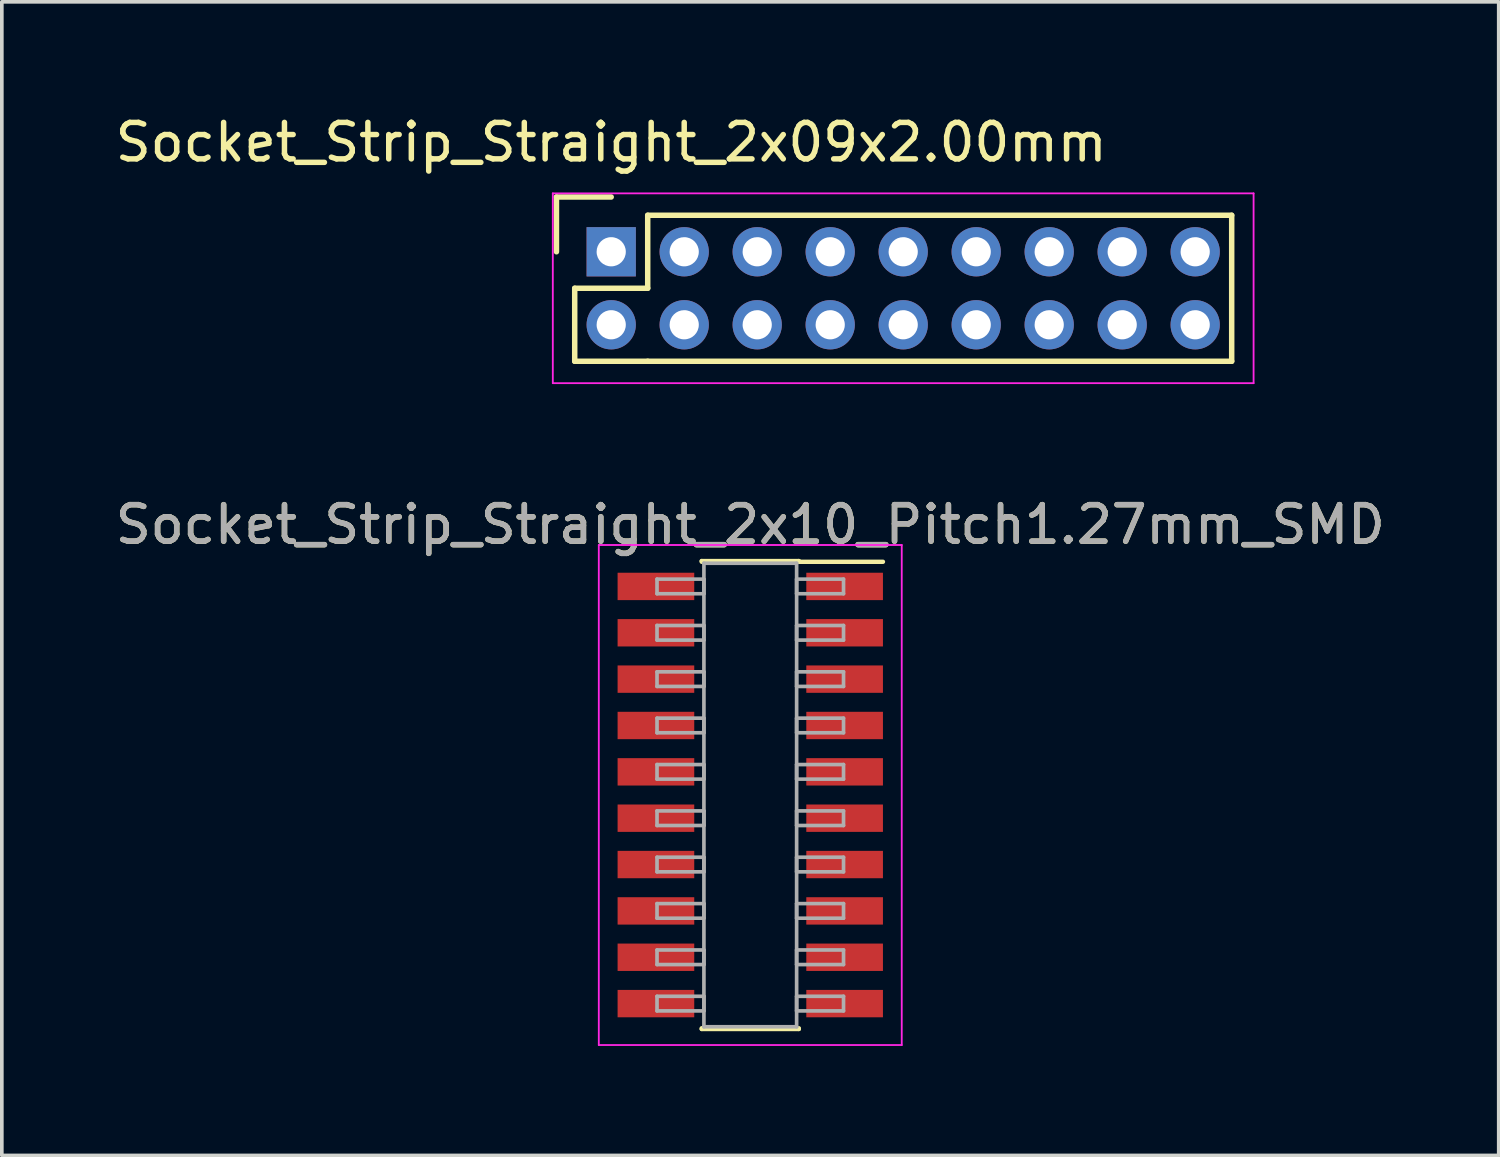
<source format=kicad_pcb>
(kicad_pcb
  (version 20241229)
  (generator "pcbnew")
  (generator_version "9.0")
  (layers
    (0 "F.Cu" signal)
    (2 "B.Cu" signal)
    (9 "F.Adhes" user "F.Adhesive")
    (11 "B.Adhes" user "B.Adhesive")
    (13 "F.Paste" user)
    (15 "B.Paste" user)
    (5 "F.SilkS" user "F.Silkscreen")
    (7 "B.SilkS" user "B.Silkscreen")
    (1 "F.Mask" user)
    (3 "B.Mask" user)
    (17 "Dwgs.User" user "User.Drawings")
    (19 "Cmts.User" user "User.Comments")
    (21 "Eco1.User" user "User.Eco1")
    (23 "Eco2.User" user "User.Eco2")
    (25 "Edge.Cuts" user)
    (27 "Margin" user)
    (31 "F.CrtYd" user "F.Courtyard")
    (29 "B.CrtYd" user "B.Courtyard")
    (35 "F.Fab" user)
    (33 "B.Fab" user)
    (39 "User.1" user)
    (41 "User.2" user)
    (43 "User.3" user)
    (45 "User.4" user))
  (footprint "Socket_Strip_Straight_2x10_Pitch1.27mm_SMD"
    (layer "F.Cu")
    (at 17.506 18.732)
    (property "Reference" "Socket_Strip_Straight_2x10_Pitch1.27mm_SMD" (at 0 -7.41 0) (layer "F.SilkS") (effects (font (size 1 1) (thickness 0.15))))
    (attr smd)
    (fp_line (start -1.33 -6.41) (end 1.33 -6.41) (stroke (width 0.12) (type solid)) (layer "F.SilkS"))
    (fp_line (start -1.33 -6.39) (end -1.33 -6.41) (stroke (width 0.12) (type solid)) (layer "F.SilkS"))
    (fp_line (start -1.33 6.39) (end -1.33 6.41) (stroke (width 0.12) (type solid)) (layer "F.SilkS"))
    (fp_line (start -1.33 6.41) (end 1.33 6.41) (stroke (width 0.12) (type solid)) (layer "F.SilkS"))
    (fp_line (start 1.33 -6.41) (end 1.33 -6.39) (stroke (width 0.12) (type solid)) (layer "F.SilkS"))
    (fp_line (start 1.33 6.41) (end 1.33 6.39) (stroke (width 0.12) (type solid)) (layer "F.SilkS"))
    (fp_line (start 3.635 -6.39) (end 1.33 -6.39) (stroke (width 0.12) (type solid)) (layer "F.SilkS"))
    (fp_line (start -4.15 -6.85) (end -4.15 6.85) (stroke (width 0.05) (type solid)) (layer "F.CrtYd"))
    (fp_line (start -4.15 6.85) (end 4.15 6.85) (stroke (width 0.05) (type solid)) (layer "F.CrtYd"))
    (fp_line (start 4.15 -6.85) (end -4.15 -6.85) (stroke (width 0.05) (type solid)) (layer "F.CrtYd"))
    (fp_line (start 4.15 6.85) (end 4.15 -6.85) (stroke (width 0.05) (type solid)) (layer "F.CrtYd"))
    (fp_line (start -2.555 -5.915) (end -1.27 -5.915) (stroke (width 0.1) (type solid)) (layer "F.Fab"))
    (fp_line (start -2.555 -5.515) (end -2.555 -5.915) (stroke (width 0.1) (type solid)) (layer "F.Fab"))
    (fp_line (start -2.555 -4.645) (end -1.27 -4.645) (stroke (width 0.1) (type solid)) (layer "F.Fab"))
    (fp_line (start -2.555 -4.245) (end -2.555 -4.645) (stroke (width 0.1) (type solid)) (layer "F.Fab"))
    (fp_line (start -2.555 -3.375) (end -1.27 -3.375) (stroke (width 0.1) (type solid)) (layer "F.Fab"))
    (fp_line (start -2.555 -2.975) (end -2.555 -3.375) (stroke (width 0.1) (type solid)) (layer "F.Fab"))
    (fp_line (start -2.555 -2.105) (end -1.27 -2.105) (stroke (width 0.1) (type solid)) (layer "F.Fab"))
    (fp_line (start -2.555 -1.705) (end -2.555 -2.105) (stroke (width 0.1) (type solid)) (layer "F.Fab"))
    (fp_line (start -2.555 -0.835) (end -1.27 -0.835) (stroke (width 0.1) (type solid)) (layer "F.Fab"))
    (fp_line (start -2.555 -0.435) (end -2.555 -0.835) (stroke (width 0.1) (type solid)) (layer "F.Fab"))
    (fp_line (start -2.555 0.435) (end -1.27 0.435) (stroke (width 0.1) (type solid)) (layer "F.Fab"))
    (fp_line (start -2.555 0.835) (end -2.555 0.435) (stroke (width 0.1) (type solid)) (layer "F.Fab"))
    (fp_line (start -2.555 1.705) (end -1.27 1.705) (stroke (width 0.1) (type solid)) (layer "F.Fab"))
    (fp_line (start -2.555 2.105) (end -2.555 1.705) (stroke (width 0.1) (type solid)) (layer "F.Fab"))
    (fp_line (start -2.555 2.975) (end -1.27 2.975) (stroke (width 0.1) (type solid)) (layer "F.Fab"))
    (fp_line (start -2.555 3.375) (end -2.555 2.975) (stroke (width 0.1) (type solid)) (layer "F.Fab"))
    (fp_line (start -2.555 4.245) (end -1.27 4.245) (stroke (width 0.1) (type solid)) (layer "F.Fab"))
    (fp_line (start -2.555 4.645) (end -2.555 4.245) (stroke (width 0.1) (type solid)) (layer "F.Fab"))
    (fp_line (start -2.555 5.515) (end -1.27 5.515) (stroke (width 0.1) (type solid)) (layer "F.Fab"))
    (fp_line (start -2.555 5.915) (end -2.555 5.515) (stroke (width 0.1) (type solid)) (layer "F.Fab"))
    (fp_line (start -1.27 -6.35) (end -1.27 6.35) (stroke (width 0.1) (type solid)) (layer "F.Fab"))
    (fp_line (start -1.27 -5.915) (end -1.27 -5.515) (stroke (width 0.1) (type solid)) (layer "F.Fab"))
    (fp_line (start -1.27 -5.515) (end -2.555 -5.515) (stroke (width 0.1) (type solid)) (layer "F.Fab"))
    (fp_line (start -1.27 -4.645) (end -1.27 -4.245) (stroke (width 0.1) (type solid)) (layer "F.Fab"))
    (fp_line (start -1.27 -4.245) (end -2.555 -4.245) (stroke (width 0.1) (type solid)) (layer "F.Fab"))
    (fp_line (start -1.27 -3.375) (end -1.27 -2.975) (stroke (width 0.1) (type solid)) (layer "F.Fab"))
    (fp_line (start -1.27 -2.975) (end -2.555 -2.975) (stroke (width 0.1) (type solid)) (layer "F.Fab"))
    (fp_line (start -1.27 -2.105) (end -1.27 -1.705) (stroke (width 0.1) (type solid)) (layer "F.Fab"))
    (fp_line (start -1.27 -1.705) (end -2.555 -1.705) (stroke (width 0.1) (type solid)) (layer "F.Fab"))
    (fp_line (start -1.27 -0.835) (end -1.27 -0.435) (stroke (width 0.1) (type solid)) (layer "F.Fab"))
    (fp_line (start -1.27 -0.435) (end -2.555 -0.435) (stroke (width 0.1) (type solid)) (layer "F.Fab"))
    (fp_line (start -1.27 0.435) (end -1.27 0.835) (stroke (width 0.1) (type solid)) (layer "F.Fab"))
    (fp_line (start -1.27 0.835) (end -2.555 0.835) (stroke (width 0.1) (type solid)) (layer "F.Fab"))
    (fp_line (start -1.27 1.705) (end -1.27 2.105) (stroke (width 0.1) (type solid)) (layer "F.Fab"))
    (fp_line (start -1.27 2.105) (end -2.555 2.105) (stroke (width 0.1) (type solid)) (layer "F.Fab"))
    (fp_line (start -1.27 2.975) (end -1.27 3.375) (stroke (width 0.1) (type solid)) (layer "F.Fab"))
    (fp_line (start -1.27 3.375) (end -2.555 3.375) (stroke (width 0.1) (type solid)) (layer "F.Fab"))
    (fp_line (start -1.27 4.245) (end -1.27 4.645) (stroke (width 0.1) (type solid)) (layer "F.Fab"))
    (fp_line (start -1.27 4.645) (end -2.555 4.645) (stroke (width 0.1) (type solid)) (layer "F.Fab"))
    (fp_line (start -1.27 5.515) (end -1.27 5.915) (stroke (width 0.1) (type solid)) (layer "F.Fab"))
    (fp_line (start -1.27 5.915) (end -2.555 5.915) (stroke (width 0.1) (type solid)) (layer "F.Fab"))
    (fp_line (start -1.27 6.35) (end 1.27 6.35) (stroke (width 0.1) (type solid)) (layer "F.Fab"))
    (fp_line (start 1.27 -6.35) (end -1.27 -6.35) (stroke (width 0.1) (type solid)) (layer "F.Fab"))
    (fp_line (start 1.27 -5.915) (end 1.27 -5.515) (stroke (width 0.1) (type solid)) (layer "F.Fab"))
    (fp_line (start 1.27 -5.515) (end 2.555 -5.515) (stroke (width 0.1) (type solid)) (layer "F.Fab"))
    (fp_line (start 1.27 -4.645) (end 1.27 -4.245) (stroke (width 0.1) (type solid)) (layer "F.Fab"))
    (fp_line (start 1.27 -4.245) (end 2.555 -4.245) (stroke (width 0.1) (type solid)) (layer "F.Fab"))
    (fp_line (start 1.27 -3.375) (end 1.27 -2.975) (stroke (width 0.1) (type solid)) (layer "F.Fab"))
    (fp_line (start 1.27 -2.975) (end 2.555 -2.975) (stroke (width 0.1) (type solid)) (layer "F.Fab"))
    (fp_line (start 1.27 -2.105) (end 1.27 -1.705) (stroke (width 0.1) (type solid)) (layer "F.Fab"))
    (fp_line (start 1.27 -1.705) (end 2.555 -1.705) (stroke (width 0.1) (type solid)) (layer "F.Fab"))
    (fp_line (start 1.27 -0.835) (end 1.27 -0.435) (stroke (width 0.1) (type solid)) (layer "F.Fab"))
    (fp_line (start 1.27 -0.435) (end 2.555 -0.435) (stroke (width 0.1) (type solid)) (layer "F.Fab"))
    (fp_line (start 1.27 0.435) (end 1.27 0.835) (stroke (width 0.1) (type solid)) (layer "F.Fab"))
    (fp_line (start 1.27 0.835) (end 2.555 0.835) (stroke (width 0.1) (type solid)) (layer "F.Fab"))
    (fp_line (start 1.27 1.705) (end 1.27 2.105) (stroke (width 0.1) (type solid)) (layer "F.Fab"))
    (fp_line (start 1.27 2.105) (end 2.555 2.105) (stroke (width 0.1) (type solid)) (layer "F.Fab"))
    (fp_line (start 1.27 2.975) (end 1.27 3.375) (stroke (width 0.1) (type solid)) (layer "F.Fab"))
    (fp_line (start 1.27 3.375) (end 2.555 3.375) (stroke (width 0.1) (type solid)) (layer "F.Fab"))
    (fp_line (start 1.27 4.245) (end 1.27 4.645) (stroke (width 0.1) (type solid)) (layer "F.Fab"))
    (fp_line (start 1.27 4.645) (end 2.555 4.645) (stroke (width 0.1) (type solid)) (layer "F.Fab"))
    (fp_line (start 1.27 5.515) (end 1.27 5.915) (stroke (width 0.1) (type solid)) (layer "F.Fab"))
    (fp_line (start 1.27 5.915) (end 2.555 5.915) (stroke (width 0.1) (type solid)) (layer "F.Fab"))
    (fp_line (start 1.27 6.35) (end 1.27 -6.35) (stroke (width 0.1) (type solid)) (layer "F.Fab"))
    (fp_line (start 2.555 -5.915) (end 1.27 -5.915) (stroke (width 0.1) (type solid)) (layer "F.Fab"))
    (fp_line (start 2.555 -5.515) (end 2.555 -5.915) (stroke (width 0.1) (type solid)) (layer "F.Fab"))
    (fp_line (start 2.555 -4.645) (end 1.27 -4.645) (stroke (width 0.1) (type solid)) (layer "F.Fab"))
    (fp_line (start 2.555 -4.245) (end 2.555 -4.645) (stroke (width 0.1) (type solid)) (layer "F.Fab"))
    (fp_line (start 2.555 -3.375) (end 1.27 -3.375) (stroke (width 0.1) (type solid)) (layer "F.Fab"))
    (fp_line (start 2.555 -2.975) (end 2.555 -3.375) (stroke (width 0.1) (type solid)) (layer "F.Fab"))
    (fp_line (start 2.555 -2.105) (end 1.27 -2.105) (stroke (width 0.1) (type solid)) (layer "F.Fab"))
    (fp_line (start 2.555 -1.705) (end 2.555 -2.105) (stroke (width 0.1) (type solid)) (layer "F.Fab"))
    (fp_line (start 2.555 -0.835) (end 1.27 -0.835) (stroke (width 0.1) (type solid)) (layer "F.Fab"))
    (fp_line (start 2.555 -0.435) (end 2.555 -0.835) (stroke (width 0.1) (type solid)) (layer "F.Fab"))
    (fp_line (start 2.555 0.435) (end 1.27 0.435) (stroke (width 0.1) (type solid)) (layer "F.Fab"))
    (fp_line (start 2.555 0.835) (end 2.555 0.435) (stroke (width 0.1) (type solid)) (layer "F.Fab"))
    (fp_line (start 2.555 1.705) (end 1.27 1.705) (stroke (width 0.1) (type solid)) (layer "F.Fab"))
    (fp_line (start 2.555 2.105) (end 2.555 1.705) (stroke (width 0.1) (type solid)) (layer "F.Fab"))
    (fp_line (start 2.555 2.975) (end 1.27 2.975) (stroke (width 0.1) (type solid)) (layer "F.Fab"))
    (fp_line (start 2.555 3.375) (end 2.555 2.975) (stroke (width 0.1) (type solid)) (layer "F.Fab"))
    (fp_line (start 2.555 4.245) (end 1.27 4.245) (stroke (width 0.1) (type solid)) (layer "F.Fab"))
    (fp_line (start 2.555 4.645) (end 2.555 4.245) (stroke (width 0.1) (type solid)) (layer "F.Fab"))
    (fp_line (start 2.555 5.515) (end 1.27 5.515) (stroke (width 0.1) (type solid)) (layer "F.Fab"))
    (fp_line (start 2.555 5.915) (end 2.555 5.515) (stroke (width 0.1) (type solid)) (layer "F.Fab"))
    (fp_text user "${REFERENCE}" (at 0 -7.41 0) (layer "F.Fab") (effects (font (size 1 1) (thickness 0.15))))
    (pad "1" smd rect (at 2.585 -5.715) (size 2.1 0.75) (layers "F.Cu" "F.Mask" "F.Paste"))
    (pad "2" smd rect (at -2.585 -5.715) (size 2.1 0.75) (layers "F.Cu" "F.Mask" "F.Paste"))
    (pad "3" smd rect (at 2.585 -4.445) (size 2.1 0.75) (layers "F.Cu" "F.Mask" "F.Paste"))
    (pad "4" smd rect (at -2.585 -4.445) (size 2.1 0.75) (layers "F.Cu" "F.Mask" "F.Paste"))
    (pad "5" smd rect (at 2.585 -3.175) (size 2.1 0.75) (layers "F.Cu" "F.Mask" "F.Paste"))
    (pad "6" smd rect (at -2.585 -3.175) (size 2.1 0.75) (layers "F.Cu" "F.Mask" "F.Paste"))
    (pad "7" smd rect (at 2.585 -1.905) (size 2.1 0.75) (layers "F.Cu" "F.Mask" "F.Paste"))
    (pad "8" smd rect (at -2.585 -1.905) (size 2.1 0.75) (layers "F.Cu" "F.Mask" "F.Paste"))
    (pad "9" smd rect (at 2.585 -0.635) (size 2.1 0.75) (layers "F.Cu" "F.Mask" "F.Paste"))
    (pad "10" smd rect (at -2.585 -0.635) (size 2.1 0.75) (layers "F.Cu" "F.Mask" "F.Paste"))
    (pad "11" smd rect (at 2.585 0.635) (size 2.1 0.75) (layers "F.Cu" "F.Mask" "F.Paste"))
    (pad "12" smd rect (at -2.585 0.635) (size 2.1 0.75) (layers "F.Cu" "F.Mask" "F.Paste"))
    (pad "13" smd rect (at 2.585 1.905) (size 2.1 0.75) (layers "F.Cu" "F.Mask" "F.Paste"))
    (pad "14" smd rect (at -2.585 1.905) (size 2.1 0.75) (layers "F.Cu" "F.Mask" "F.Paste"))
    (pad "15" smd rect (at 2.585 3.175) (size 2.1 0.75) (layers "F.Cu" "F.Mask" "F.Paste"))
    (pad "16" smd rect (at -2.585 3.175) (size 2.1 0.75) (layers "F.Cu" "F.Mask" "F.Paste"))
    (pad "17" smd rect (at 2.585 4.445) (size 2.1 0.75) (layers "F.Cu" "F.Mask" "F.Paste"))
    (pad "18" smd rect (at -2.585 4.445) (size 2.1 0.75) (layers "F.Cu" "F.Mask" "F.Paste"))
    (pad "19" smd rect (at 2.585 5.715) (size 2.1 0.75) (layers "F.Cu" "F.Mask" "F.Paste"))
    (pad "20" smd rect (at -2.585 5.715) (size 2.1 0.75) (layers "F.Cu" "F.Mask" "F.Paste")))
  (footprint "Socket_Strip_Straight_2x09x2.00mm"
    (layer "F.Cu")
    (at 13.696 3.848)
    (property "Reference" "Socket_Strip_Straight_2x09x2.00mm" (at 0 -3 0) (layer "F.SilkS") (effects (font (size 1 1) (thickness 0.15))))
    (attr through_hole)
    (fp_line (start -1.5 -1.5) (end -1.5 0) (stroke (width 0.15) (type solid)) (layer "F.SilkS"))
    (fp_line (start -1 1) (end -1 3) (stroke (width 0.15) (type solid)) (layer "F.SilkS"))
    (fp_line (start -1 3) (end 1 3) (stroke (width 0.15) (type solid)) (layer "F.SilkS"))
    (fp_line (start 0 -1.5) (end -1.5 -1.5) (stroke (width 0.15) (type solid)) (layer "F.SilkS"))
    (fp_line (start 1 -1) (end 1 1) (stroke (width 0.15) (type solid)) (layer "F.SilkS"))
    (fp_line (start 1 1) (end -1 1) (stroke (width 0.15) (type solid)) (layer "F.SilkS"))
    (fp_line (start 1 3) (end 17 3) (stroke (width 0.15) (type solid)) (layer "F.SilkS"))
    (fp_line (start 17 -1) (end 1 -1) (stroke (width 0.15) (type solid)) (layer "F.SilkS"))
    (fp_line (start 17 3) (end 17 -1) (stroke (width 0.15) (type solid)) (layer "F.SilkS"))
    (fp_line (start -1.6 -1.6) (end -1.6 3.6) (stroke (width 0.05) (type solid)) (layer "F.CrtYd"))
    (fp_line (start -1.6 3.6) (end 17.6 3.6) (stroke (width 0.05) (type solid)) (layer "F.CrtYd"))
    (fp_line (start 17.6 -1.6) (end -1.6 -1.6) (stroke (width 0.05) (type solid)) (layer "F.CrtYd"))
    (fp_line (start 17.6 3.6) (end 17.6 -1.6) (stroke (width 0.05) (type solid)) (layer "F.CrtYd"))
    (pad "1" thru_hole rect (at 0 0) (size 1.35 1.35) (drill 0.8) (layers "*.Cu" "*.Mask"))
    (pad "2" thru_hole circle (at 0 2) (size 1.35 1.35) (drill 0.8) (layers "*.Cu" "*.Mask"))
    (pad "3" thru_hole circle (at 2 0) (size 1.35 1.35) (drill 0.8) (layers "*.Cu" "*.Mask"))
    (pad "4" thru_hole circle (at 2 2) (size 1.35 1.35) (drill 0.8) (layers "*.Cu" "*.Mask"))
    (pad "5" thru_hole circle (at 4 0) (size 1.35 1.35) (drill 0.8) (layers "*.Cu" "*.Mask"))
    (pad "6" thru_hole circle (at 4 2) (size 1.35 1.35) (drill 0.8) (layers "*.Cu" "*.Mask"))
    (pad "7" thru_hole circle (at 6 0) (size 1.35 1.35) (drill 0.8) (layers "*.Cu" "*.Mask"))
    (pad "8" thru_hole circle (at 6 2) (size 1.35 1.35) (drill 0.8) (layers "*.Cu" "*.Mask"))
    (pad "9" thru_hole circle (at 8 0) (size 1.35 1.35) (drill 0.8) (layers "*.Cu" "*.Mask"))
    (pad "10" thru_hole circle (at 8 2) (size 1.35 1.35) (drill 0.8) (layers "*.Cu" "*.Mask"))
    (pad "11" thru_hole circle (at 10 0) (size 1.35 1.35) (drill 0.8) (layers "*.Cu" "*.Mask"))
    (pad "12" thru_hole circle (at 10 2) (size 1.35 1.35) (drill 0.8) (layers "*.Cu" "*.Mask"))
    (pad "13" thru_hole circle (at 12 0) (size 1.35 1.35) (drill 0.8) (layers "*.Cu" "*.Mask"))
    (pad "14" thru_hole circle (at 12 2) (size 1.35 1.35) (drill 0.8) (layers "*.Cu" "*.Mask"))
    (pad "15" thru_hole circle (at 14 0) (size 1.35 1.35) (drill 0.8) (layers "*.Cu" "*.Mask"))
    (pad "16" thru_hole circle (at 14 2) (size 1.35 1.35) (drill 0.8) (layers "*.Cu" "*.Mask"))
    (pad "17" thru_hole circle (at 16 0) (size 1.35 1.35) (drill 0.8) (layers "*.Cu" "*.Mask"))
    (pad "18" thru_hole circle (at 16 2) (size 1.35 1.35) (drill 0.8) (layers "*.Cu" "*.Mask")))
  (gr_rect
    (start -3 -3)
    (end 38.012 28.607)
    (stroke (width 0.1) (type default))
    (fill no)
    (layer "Edge.Cuts")))
</source>
